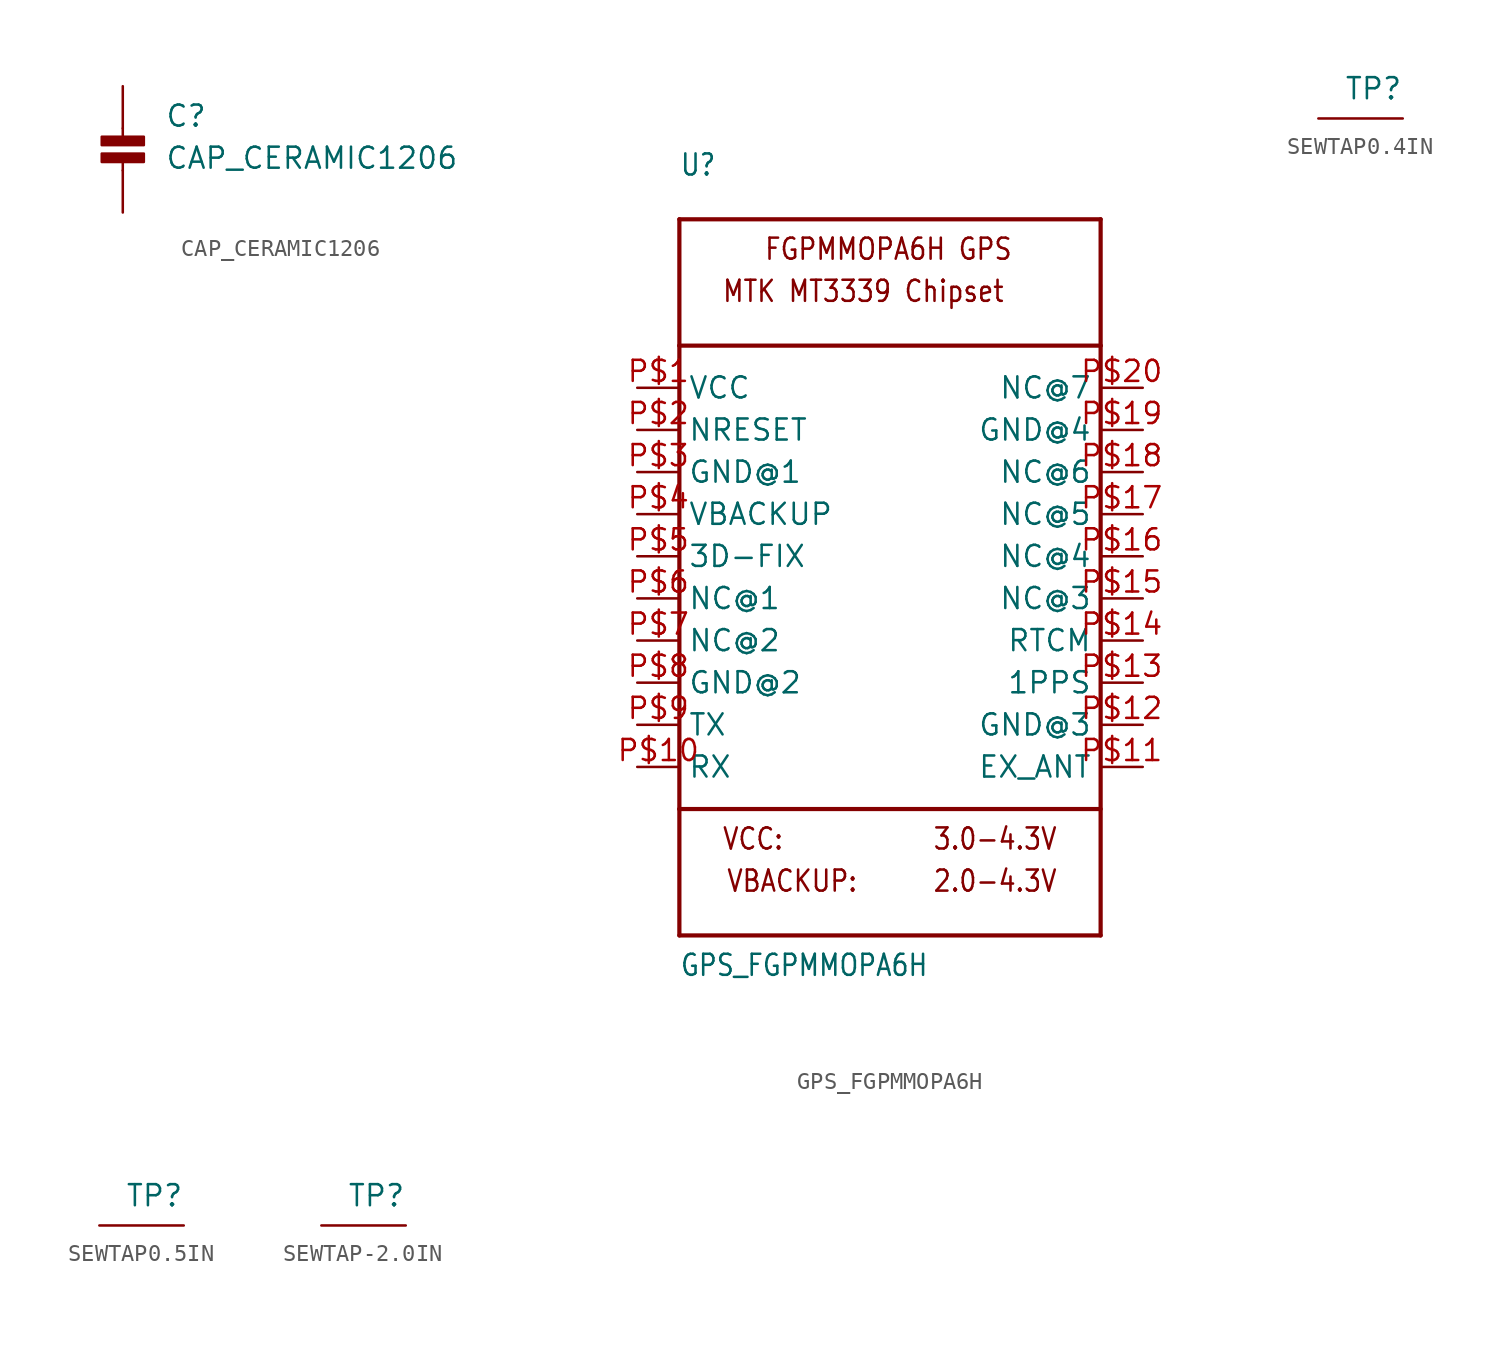
<source format=kicad_sym>
(kicad_symbol_lib
  (version 20211014)
  (generator kicad_symbol_editor)
  (symbol "CAP_CERAMIC1206"
    (property "Reference" "C"
      (at 2.54 2.54 0)
      (effects (font (size 1.27 1.27)) (justify left bottom)))
    (property "Value" "CAP_CERAMIC1206"
      (at 2.54 0 0)
      (effects (font (size 1.27 1.27)) (justify left bottom)))
    (property "ki_locked" ""
      (at 0 0 0)
      (effects (font (size 1.27 1.27))))
    (symbol "CAP_CERAMIC1206_1_0"
      (rectangle (start -1.27 0.508) (end 1.27 1.016) (stroke (width 0) (type default) (color 0 0 0 0)) (fill (type outline)))
      (rectangle (start -1.27 1.524) (end 1.27 2.032) (stroke (width 0) (type default) (color 0 0 0 0)) (fill (type outline)))
      (polyline (pts (xy 0 0.762) (xy 0 0)) (stroke (width 0.152) (type default) (color 0 0 0 0)) (fill (type none)))
      (polyline (pts (xy 0 2.54) (xy 0 1.778)) (stroke (width 0.152) (type default) (color 0 0 0 0)) (fill (type none)))
      (pin passive line (at 0 5.08 270) (length 2.54) (name "P$1" (effects (font (size 0 0)))) (number "1" (effects (font (size 0 0)))))
      (pin passive line (at 0 -2.54 90) (length 2.54) (name "P$2" (effects (font (size 0 0)))) (number "2" (effects (font (size 0 0)))))))
  (symbol "GPS_FGPMMOPA6H"
    (property "Reference" "U"
      (at -12.7 22.86 0)
      (effects (font (size 1.27 1.079)) (justify left bottom)))
    (property "Value" "GPS_FGPMMOPA6H"
      (at -12.7 -25.4 0)
      (effects (font (size 1.27 1.079)) (justify left bottom)))
    (property "ki_locked" ""
      (at 0 0 0)
      (effects (font (size 1.27 1.27))))
    (symbol "GPS_FGPMMOPA6H_1_0"
      (polyline (pts (xy -12.7 -22.86) (xy -12.7 -15.24)) (stroke (width 0.254) (type default) (color 0 0 0 0)) (fill (type none)))
      (polyline (pts (xy -12.7 -15.24) (xy -12.7 12.7)) (stroke (width 0.254) (type default) (color 0 0 0 0)) (fill (type none)))
      (polyline (pts (xy -12.7 -15.24) (xy 12.7 -15.24)) (stroke (width 0.254) (type default) (color 0 0 0 0)) (fill (type none)))
      (polyline (pts (xy -12.7 12.7) (xy -12.7 20.32)) (stroke (width 0.254) (type default) (color 0 0 0 0)) (fill (type none)))
      (polyline (pts (xy -12.7 12.7) (xy 12.7 12.7)) (stroke (width 0.254) (type default) (color 0 0 0 0)) (fill (type none)))
      (polyline (pts (xy -12.7 20.32) (xy 12.7 20.32)) (stroke (width 0.254) (type default) (color 0 0 0 0)) (fill (type none)))
      (polyline (pts (xy 12.7 -22.86) (xy -12.7 -22.86)) (stroke (width 0.254) (type default) (color 0 0 0 0)) (fill (type none)))
      (polyline (pts (xy 12.7 12.7) (xy 12.7 -22.86)) (stroke (width 0.254) (type default) (color 0 0 0 0)) (fill (type none)))
      (polyline (pts (xy 12.7 20.32) (xy 12.7 12.7)) (stroke (width 0.254) (type default) (color 0 0 0 0)) (fill (type none)))
      (text "2.0-4.3V" (at 2.54 -20.32 0) (effects (font (size 1.27 1.079)) (justify left bottom)))
      (text "3.0-4.3V" (at 2.54 -17.78 0) (effects (font (size 1.27 1.079)) (justify left bottom)))
      (text "FGPMMOPA6H GPS" (at -7.62 17.78 0) (effects (font (size 1.27 1.079)) (justify left bottom)))
      (text "MTK MT3339 Chipset" (at -10.16 15.24 0) (effects (font (size 1.27 1.079)) (justify left bottom)))
      (text "VBACKUP:" (at -9.906 -20.32 0) (effects (font (size 1.27 1.079)) (justify left bottom)))
      (text "VCC:" (at -10.16 -17.78 0) (effects (font (size 1.27 1.079)) (justify left bottom)))
      (pin bidirectional line (at -15.24 10.16 0) (length 2.54) (name "VCC" (effects (font (size 1.27 1.27)))) (number "P$1" (effects (font (size 1.27 1.27)))))
      (pin bidirectional line (at -15.24 -12.7 0) (length 2.54) (name "RX" (effects (font (size 1.27 1.27)))) (number "P$10" (effects (font (size 1.27 1.27)))))
      (pin bidirectional line (at 15.24 -12.7 180) (length 2.54) (name "EX_ANT" (effects (font (size 1.27 1.27)))) (number "P$11" (effects (font (size 1.27 1.27)))))
      (pin bidirectional line (at 15.24 -10.16 180) (length 2.54) (name "GND@3" (effects (font (size 1.27 1.27)))) (number "P$12" (effects (font (size 1.27 1.27)))))
      (pin bidirectional line (at 15.24 -7.62 180) (length 2.54) (name "1PPS" (effects (font (size 1.27 1.27)))) (number "P$13" (effects (font (size 1.27 1.27)))))
      (pin bidirectional line (at 15.24 -5.08 180) (length 2.54) (name "RTCM" (effects (font (size 1.27 1.27)))) (number "P$14" (effects (font (size 1.27 1.27)))))
      (pin bidirectional line (at 15.24 -2.54 180) (length 2.54) (name "NC@3" (effects (font (size 1.27 1.27)))) (number "P$15" (effects (font (size 1.27 1.27)))))
      (pin bidirectional line (at 15.24 0 180) (length 2.54) (name "NC@4" (effects (font (size 1.27 1.27)))) (number "P$16" (effects (font (size 1.27 1.27)))))
      (pin bidirectional line (at 15.24 2.54 180) (length 2.54) (name "NC@5" (effects (font (size 1.27 1.27)))) (number "P$17" (effects (font (size 1.27 1.27)))))
      (pin bidirectional line (at 15.24 5.08 180) (length 2.54) (name "NC@6" (effects (font (size 1.27 1.27)))) (number "P$18" (effects (font (size 1.27 1.27)))))
      (pin bidirectional line (at 15.24 7.62 180) (length 2.54) (name "GND@4" (effects (font (size 1.27 1.27)))) (number "P$19" (effects (font (size 1.27 1.27)))))
      (pin bidirectional line (at -15.24 7.62 0) (length 2.54) (name "NRESET" (effects (font (size 1.27 1.27)))) (number "P$2" (effects (font (size 1.27 1.27)))))
      (pin bidirectional line (at 15.24 10.16 180) (length 2.54) (name "NC@7" (effects (font (size 1.27 1.27)))) (number "P$20" (effects (font (size 1.27 1.27)))))
      (pin bidirectional line (at -15.24 5.08 0) (length 2.54) (name "GND@1" (effects (font (size 1.27 1.27)))) (number "P$3" (effects (font (size 1.27 1.27)))))
      (pin bidirectional line (at -15.24 2.54 0) (length 2.54) (name "VBACKUP" (effects (font (size 1.27 1.27)))) (number "P$4" (effects (font (size 1.27 1.27)))))
      (pin bidirectional line (at -15.24 0 0) (length 2.54) (name "3D-FIX" (effects (font (size 1.27 1.27)))) (number "P$5" (effects (font (size 1.27 1.27)))))
      (pin bidirectional line (at -15.24 -2.54 0) (length 2.54) (name "NC@1" (effects (font (size 1.27 1.27)))) (number "P$6" (effects (font (size 1.27 1.27)))))
      (pin bidirectional line (at -15.24 -5.08 0) (length 2.54) (name "NC@2" (effects (font (size 1.27 1.27)))) (number "P$7" (effects (font (size 1.27 1.27)))))
      (pin bidirectional line (at -15.24 -7.62 0) (length 2.54) (name "GND@2" (effects (font (size 1.27 1.27)))) (number "P$8" (effects (font (size 1.27 1.27)))))
      (pin bidirectional line (at -15.24 -10.16 0) (length 2.54) (name "TX" (effects (font (size 1.27 1.27)))) (number "P$9" (effects (font (size 1.27 1.27)))))))
  (symbol "SEWTAP0.4IN"
    (property "Reference" "TP"
      (at 0 2.54 0)
      (effects (font (size 1.27 1.27)) (justify right top)))
    (property "ki_locked" ""
      (at 0 0 0)
      (effects (font (size 1.27 1.27))))
    (symbol "SEWTAP0.4IN_1_0"
      (pin bidirectional line (at 0 0 180) (length 5.08) (name "SEW" (effects (font (size 0 0)))) (number "TAP" (effects (font (size 0 0)))))))
  (symbol "SEWTAP0.5IN"
    (property "Reference" "TP"
      (at 0 2.54 0)
      (effects (font (size 1.27 1.27)) (justify right top)))
    (property "ki_locked" ""
      (at 0 0 0)
      (effects (font (size 1.27 1.27))))
    (symbol "SEWTAP0.5IN_1_0"
      (pin bidirectional line (at 0 0 180) (length 5.08) (name "SEW" (effects (font (size 0 0)))) (number "TAP" (effects (font (size 0 0)))))))
  (symbol "SEWTAP-2.0IN"
    (property "Reference" "TP"
      (at 0 2.54 0)
      (effects (font (size 1.27 1.27)) (justify right top)))
    (property "ki_locked" ""
      (at 0 0 0)
      (effects (font (size 1.27 1.27))))
    (symbol "SEWTAP-2.0IN_1_0"
      (pin bidirectional line (at 0 0 180) (length 5.08) (name "SEW" (effects (font (size 0 0)))) (number "P$1" (effects (font (size 0 0))))))))
</source>
